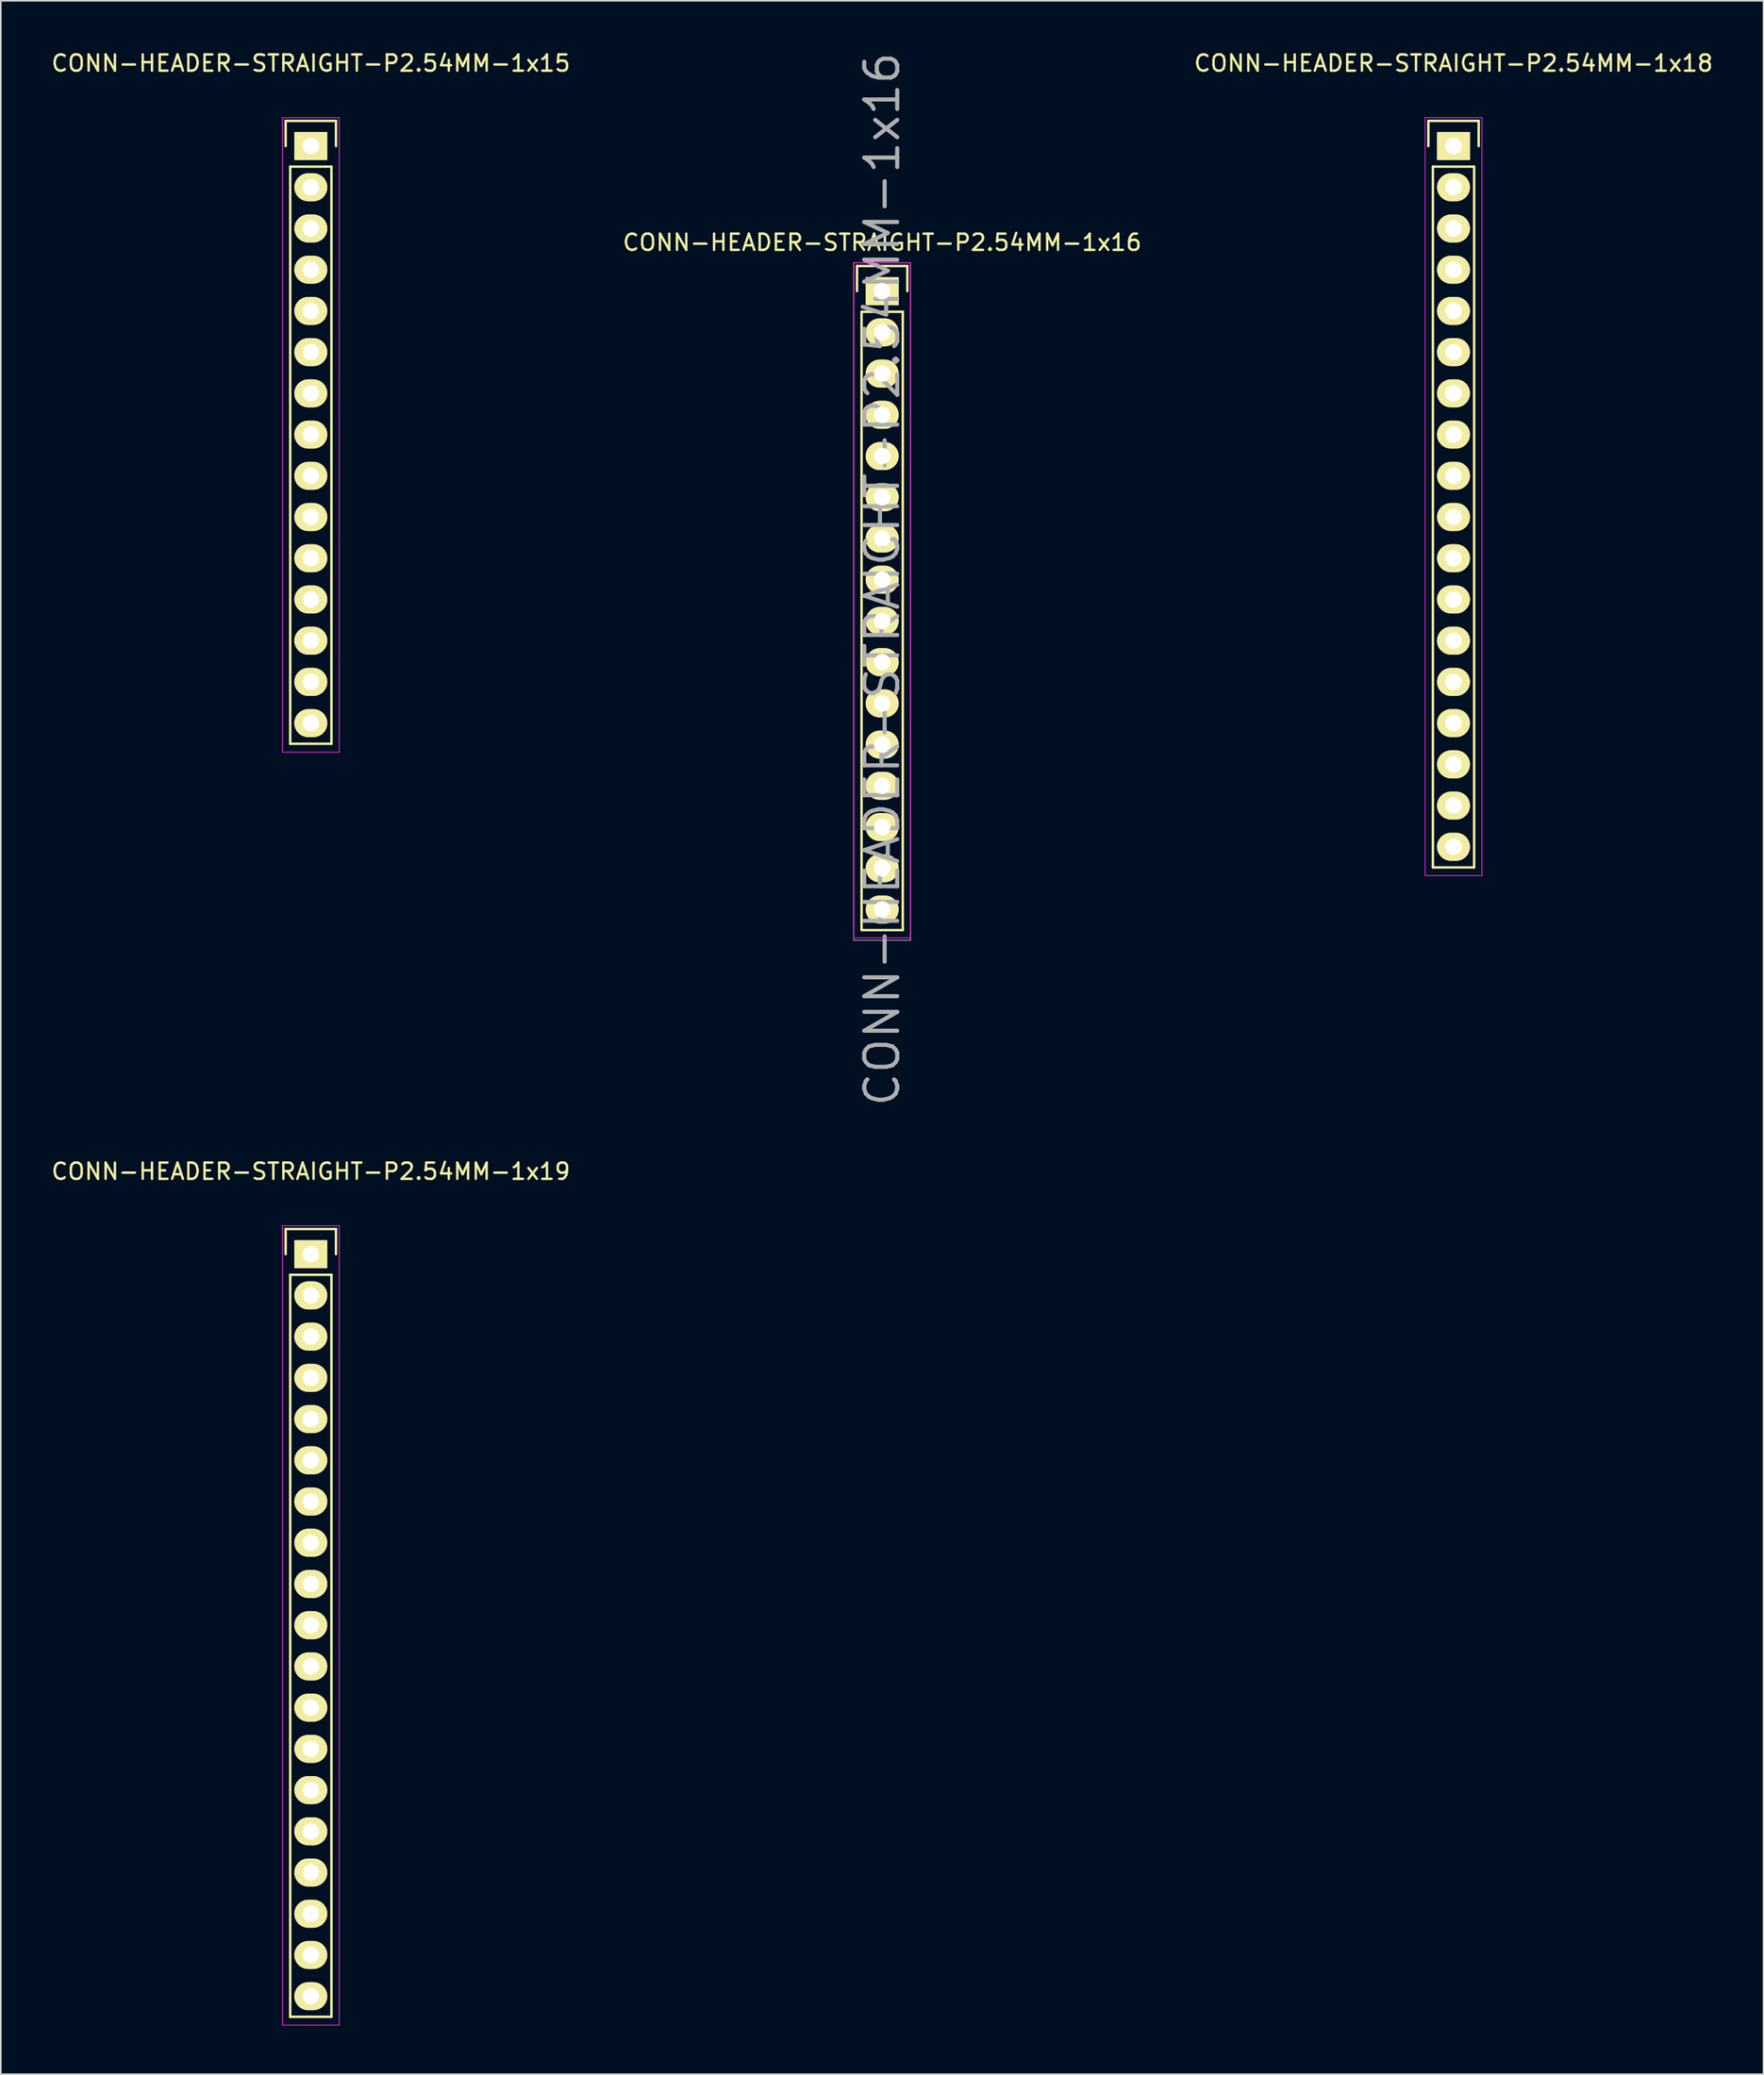
<source format=kicad_pcb>
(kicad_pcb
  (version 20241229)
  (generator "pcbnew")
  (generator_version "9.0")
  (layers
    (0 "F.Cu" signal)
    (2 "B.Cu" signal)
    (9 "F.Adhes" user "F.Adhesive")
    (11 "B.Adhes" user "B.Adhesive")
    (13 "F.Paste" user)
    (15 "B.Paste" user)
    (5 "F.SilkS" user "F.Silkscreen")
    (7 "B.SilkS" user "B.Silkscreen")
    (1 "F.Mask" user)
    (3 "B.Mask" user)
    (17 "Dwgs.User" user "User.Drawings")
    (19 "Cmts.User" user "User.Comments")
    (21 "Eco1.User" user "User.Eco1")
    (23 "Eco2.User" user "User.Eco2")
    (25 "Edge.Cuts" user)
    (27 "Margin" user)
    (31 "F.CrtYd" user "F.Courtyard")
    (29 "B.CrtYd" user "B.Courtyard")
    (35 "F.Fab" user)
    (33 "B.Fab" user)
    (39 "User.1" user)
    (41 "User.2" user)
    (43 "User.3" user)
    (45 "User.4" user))
  (footprint "CONN-HEADER-STRAIGHT-P2.54MM-1x19"
    (layer "F.Cu")
    (at 16.101 74.231)
    (property "Reference" "CONN-HEADER-STRAIGHT-P2.54MM-1x19" (at 0 -5.1 0) (layer "F.SilkS") (effects (font (size 1 1) (thickness 0.15))))
    (attr through_hole)
    (fp_line (start -1.55 -1.55) (end 1.55 -1.55) (stroke (width 0.15) (type solid)) (layer "F.SilkS"))
    (fp_line (start -1.55 0) (end -1.55 -1.55) (stroke (width 0.15) (type solid)) (layer "F.SilkS"))
    (fp_line (start -1.27 46.99) (end -1.27 1.27) (stroke (width 0.15) (type solid)) (layer "F.SilkS"))
    (fp_line (start 1.27 1.27) (end -1.27 1.27) (stroke (width 0.15) (type solid)) (layer "F.SilkS"))
    (fp_line (start 1.27 1.27) (end 1.27 46.99) (stroke (width 0.15) (type solid)) (layer "F.SilkS"))
    (fp_line (start 1.27 46.99) (end -1.27 46.99) (stroke (width 0.15) (type solid)) (layer "F.SilkS"))
    (fp_line (start 1.55 -1.55) (end 1.55 0) (stroke (width 0.15) (type solid)) (layer "F.SilkS"))
    (fp_line (start -1.75 -1.75) (end -1.75 47.5) (stroke (width 0.05) (type solid)) (layer "F.CrtYd"))
    (fp_line (start -1.75 -1.75) (end 1.75 -1.75) (stroke (width 0.05) (type solid)) (layer "F.CrtYd"))
    (fp_line (start -1.75 47.5) (end 1.75 47.5) (stroke (width 0.05) (type solid)) (layer "F.CrtYd"))
    (fp_line (start 1.75 -1.75) (end 1.75 47.5) (stroke (width 0.05) (type solid)) (layer "F.CrtYd"))
    (pad "1" thru_hole rect (at 0 0) (size 2.032 1.727) (drill 1.016) (layers "*.Cu" "*.Mask" "F.SilkS"))
    (pad "2" thru_hole oval (at 0 2.54) (size 2.032 1.727) (drill 1.016) (layers "*.Cu" "*.Mask" "F.SilkS"))
    (pad "3" thru_hole oval (at 0 5.08) (size 2.032 1.727) (drill 1.016) (layers "*.Cu" "*.Mask" "F.SilkS"))
    (pad "4" thru_hole oval (at 0 7.62) (size 2.032 1.727) (drill 1.016) (layers "*.Cu" "*.Mask" "F.SilkS"))
    (pad "5" thru_hole oval (at 0 10.16) (size 2.032 1.727) (drill 1.016) (layers "*.Cu" "*.Mask" "F.SilkS"))
    (pad "6" thru_hole oval (at 0 12.7) (size 2.032 1.727) (drill 1.016) (layers "*.Cu" "*.Mask" "F.SilkS"))
    (pad "7" thru_hole oval (at 0 15.24) (size 2.032 1.727) (drill 1.016) (layers "*.Cu" "*.Mask" "F.SilkS"))
    (pad "8" thru_hole oval (at 0 17.78) (size 2.032 1.727) (drill 1.016) (layers "*.Cu" "*.Mask" "F.SilkS"))
    (pad "9" thru_hole oval (at 0 20.32) (size 2.032 1.727) (drill 1.016) (layers "*.Cu" "*.Mask" "F.SilkS"))
    (pad "10" thru_hole oval (at 0 22.86) (size 2.032 1.727) (drill 1.016) (layers "*.Cu" "*.Mask" "F.SilkS"))
    (pad "11" thru_hole oval (at 0 25.4) (size 2.032 1.727) (drill 1.016) (layers "*.Cu" "*.Mask" "F.SilkS"))
    (pad "12" thru_hole oval (at 0 27.94) (size 2.032 1.727) (drill 1.016) (layers "*.Cu" "*.Mask" "F.SilkS"))
    (pad "13" thru_hole oval (at 0 30.48) (size 2.032 1.727) (drill 1.016) (layers "*.Cu" "*.Mask" "F.SilkS"))
    (pad "14" thru_hole oval (at 0 33.02) (size 2.032 1.727) (drill 1.016) (layers "*.Cu" "*.Mask" "F.SilkS"))
    (pad "15" thru_hole oval (at 0 35.56) (size 2.032 1.727) (drill 1.016) (layers "*.Cu" "*.Mask" "F.SilkS"))
    (pad "16" thru_hole oval (at 0 38.1) (size 2.032 1.727) (drill 1.016) (layers "*.Cu" "*.Mask" "F.SilkS"))
    (pad "17" thru_hole oval (at 0 40.64) (size 2.032 1.727) (drill 1.016) (layers "*.Cu" "*.Mask" "F.SilkS"))
    (pad "18" thru_hole oval (at 0 43.18) (size 2.032 1.727) (drill 1.016) (layers "*.Cu" "*.Mask" "F.SilkS"))
    (pad "19" thru_hole oval (at 0 45.72) (size 2.032 1.727) (drill 1.016) (layers "*.Cu" "*.Mask" "F.SilkS")))
  (footprint "CONN-HEADER-STRAIGHT-P2.54MM-1x15"
    (layer "F.Cu")
    (at 16.101 5.948)
    (property "Reference" "CONN-HEADER-STRAIGHT-P2.54MM-1x15" (at 0 -5.1 0) (layer "F.SilkS") (effects (font (size 1 1) (thickness 0.15))))
    (attr through_hole)
    (fp_line (start -1.55 -1.55) (end 1.55 -1.55) (stroke (width 0.15) (type solid)) (layer "F.SilkS"))
    (fp_line (start -1.55 0) (end -1.55 -1.55) (stroke (width 0.15) (type solid)) (layer "F.SilkS"))
    (fp_line (start -1.27 1.27) (end -1.27 36.83) (stroke (width 0.15) (type solid)) (layer "F.SilkS"))
    (fp_line (start -1.27 36.83) (end 1.27 36.83) (stroke (width 0.15) (type solid)) (layer "F.SilkS"))
    (fp_line (start 1.27 1.27) (end -1.27 1.27) (stroke (width 0.15) (type solid)) (layer "F.SilkS"))
    (fp_line (start 1.27 36.83) (end 1.27 1.27) (stroke (width 0.15) (type solid)) (layer "F.SilkS"))
    (fp_line (start 1.55 -1.55) (end 1.55 0) (stroke (width 0.15) (type solid)) (layer "F.SilkS"))
    (fp_line (start -1.75 -1.75) (end -1.75 37.35) (stroke (width 0.05) (type solid)) (layer "F.CrtYd"))
    (fp_line (start -1.75 -1.75) (end 1.75 -1.75) (stroke (width 0.05) (type solid)) (layer "F.CrtYd"))
    (fp_line (start -1.75 37.35) (end 1.75 37.35) (stroke (width 0.05) (type solid)) (layer "F.CrtYd"))
    (fp_line (start 1.75 -1.75) (end 1.75 37.35) (stroke (width 0.05) (type solid)) (layer "F.CrtYd"))
    (pad "1" thru_hole rect (at 0 0) (size 2.032 1.727) (drill 1.016) (layers "*.Cu" "*.Mask" "F.SilkS"))
    (pad "2" thru_hole oval (at 0 2.54) (size 2.032 1.727) (drill 1.016) (layers "*.Cu" "*.Mask" "F.SilkS"))
    (pad "3" thru_hole oval (at 0 5.08) (size 2.032 1.727) (drill 1.016) (layers "*.Cu" "*.Mask" "F.SilkS"))
    (pad "4" thru_hole oval (at 0 7.62) (size 2.032 1.727) (drill 1.016) (layers "*.Cu" "*.Mask" "F.SilkS"))
    (pad "5" thru_hole oval (at 0 10.16) (size 2.032 1.727) (drill 1.016) (layers "*.Cu" "*.Mask" "F.SilkS"))
    (pad "6" thru_hole oval (at 0 12.7) (size 2.032 1.727) (drill 1.016) (layers "*.Cu" "*.Mask" "F.SilkS"))
    (pad "7" thru_hole oval (at 0 15.24) (size 2.032 1.727) (drill 1.016) (layers "*.Cu" "*.Mask" "F.SilkS"))
    (pad "8" thru_hole oval (at 0 17.78) (size 2.032 1.727) (drill 1.016) (layers "*.Cu" "*.Mask" "F.SilkS"))
    (pad "9" thru_hole oval (at 0 20.32) (size 2.032 1.727) (drill 1.016) (layers "*.Cu" "*.Mask" "F.SilkS"))
    (pad "10" thru_hole oval (at 0 22.86) (size 2.032 1.727) (drill 1.016) (layers "*.Cu" "*.Mask" "F.SilkS"))
    (pad "11" thru_hole oval (at 0 25.4) (size 2.032 1.727) (drill 1.016) (layers "*.Cu" "*.Mask" "F.SilkS"))
    (pad "12" thru_hole oval (at 0 27.94) (size 2.032 1.727) (drill 1.016) (layers "*.Cu" "*.Mask" "F.SilkS"))
    (pad "13" thru_hole oval (at 0 30.48) (size 2.032 1.727) (drill 1.016) (layers "*.Cu" "*.Mask" "F.SilkS"))
    (pad "14" thru_hole oval (at 0 33.02) (size 2.032 1.727) (drill 1.016) (layers "*.Cu" "*.Mask" "F.SilkS"))
    (pad "15" thru_hole oval (at 0 35.56) (size 2.032 1.727) (drill 1.016) (layers "*.Cu" "*.Mask" "F.SilkS")))
  (footprint "CONN-HEADER-STRAIGHT-P2.54MM-1x18"
    (layer "F.Cu")
    (at 86.506 5.948)
    (property "Reference" "CONN-HEADER-STRAIGHT-P2.54MM-1x18" (at 0 -5.1 0) (layer "F.SilkS") (effects (font (size 1 1) (thickness 0.15))))
    (attr through_hole)
    (fp_line (start -1.55 -1.55) (end 1.55 -1.55) (stroke (width 0.15) (type solid)) (layer "F.SilkS"))
    (fp_line (start -1.55 0) (end -1.55 -1.55) (stroke (width 0.15) (type solid)) (layer "F.SilkS"))
    (fp_line (start -1.27 44.45) (end -1.27 1.27) (stroke (width 0.15) (type solid)) (layer "F.SilkS"))
    (fp_line (start 1.27 1.27) (end -1.27 1.27) (stroke (width 0.15) (type solid)) (layer "F.SilkS"))
    (fp_line (start 1.27 1.27) (end 1.27 44.45) (stroke (width 0.15) (type solid)) (layer "F.SilkS"))
    (fp_line (start 1.27 44.45) (end -1.27 44.45) (stroke (width 0.15) (type solid)) (layer "F.SilkS"))
    (fp_line (start 1.55 -1.55) (end 1.55 0) (stroke (width 0.15) (type solid)) (layer "F.SilkS"))
    (fp_line (start -1.75 -1.75) (end -1.75 44.95) (stroke (width 0.05) (type solid)) (layer "F.CrtYd"))
    (fp_line (start -1.75 -1.75) (end 1.75 -1.75) (stroke (width 0.05) (type solid)) (layer "F.CrtYd"))
    (fp_line (start -1.75 44.95) (end 1.75 44.95) (stroke (width 0.05) (type solid)) (layer "F.CrtYd"))
    (fp_line (start 1.75 -1.75) (end 1.75 44.95) (stroke (width 0.05) (type solid)) (layer "F.CrtYd"))
    (pad "1" thru_hole rect (at 0 0) (size 2.032 1.727) (drill 1.016) (layers "*.Cu" "*.Mask" "F.SilkS"))
    (pad "2" thru_hole oval (at 0 2.54) (size 2.032 1.727) (drill 1.016) (layers "*.Cu" "*.Mask" "F.SilkS"))
    (pad "3" thru_hole oval (at 0 5.08) (size 2.032 1.727) (drill 1.016) (layers "*.Cu" "*.Mask" "F.SilkS"))
    (pad "4" thru_hole oval (at 0 7.62) (size 2.032 1.727) (drill 1.016) (layers "*.Cu" "*.Mask" "F.SilkS"))
    (pad "5" thru_hole oval (at 0 10.16) (size 2.032 1.727) (drill 1.016) (layers "*.Cu" "*.Mask" "F.SilkS"))
    (pad "6" thru_hole oval (at 0 12.7) (size 2.032 1.727) (drill 1.016) (layers "*.Cu" "*.Mask" "F.SilkS"))
    (pad "7" thru_hole oval (at 0 15.24) (size 2.032 1.727) (drill 1.016) (layers "*.Cu" "*.Mask" "F.SilkS"))
    (pad "8" thru_hole oval (at 0 17.78) (size 2.032 1.727) (drill 1.016) (layers "*.Cu" "*.Mask" "F.SilkS"))
    (pad "9" thru_hole oval (at 0 20.32) (size 2.032 1.727) (drill 1.016) (layers "*.Cu" "*.Mask" "F.SilkS"))
    (pad "10" thru_hole oval (at 0 22.86) (size 2.032 1.727) (drill 1.016) (layers "*.Cu" "*.Mask" "F.SilkS"))
    (pad "11" thru_hole oval (at 0 25.4) (size 2.032 1.727) (drill 1.016) (layers "*.Cu" "*.Mask" "F.SilkS"))
    (pad "12" thru_hole oval (at 0 27.94) (size 2.032 1.727) (drill 1.016) (layers "*.Cu" "*.Mask" "F.SilkS"))
    (pad "13" thru_hole oval (at 0 30.48) (size 2.032 1.727) (drill 1.016) (layers "*.Cu" "*.Mask" "F.SilkS"))
    (pad "14" thru_hole oval (at 0 33.02) (size 2.032 1.727) (drill 1.016) (layers "*.Cu" "*.Mask" "F.SilkS"))
    (pad "15" thru_hole oval (at 0 35.56) (size 2.032 1.727) (drill 1.016) (layers "*.Cu" "*.Mask" "F.SilkS"))
    (pad "16" thru_hole oval (at 0 38.1) (size 2.032 1.727) (drill 1.016) (layers "*.Cu" "*.Mask" "F.SilkS"))
    (pad "17" thru_hole oval (at 0 40.64) (size 2.032 1.727) (drill 1.016) (layers "*.Cu" "*.Mask" "F.SilkS"))
    (pad "18" thru_hole oval (at 0 43.18) (size 2.032 1.727) (drill 1.016) (layers "*.Cu" "*.Mask" "F.SilkS")))
  (footprint "CONN-HEADER-STRAIGHT-P2.54MM-1x16"
    (layer "F.Cu")
    (at 51.304 14.891)
    (property "Reference" "CONN-HEADER-STRAIGHT-P2.54MM-1x16" (at 0 17.75 90) (layer "F.Fab") (effects (font (size 2.032 2.032) (thickness 0.254))))
    (attr through_hole)
    (fp_line (start -1.55 -1.55) (end 1.55 -1.55) (stroke (width 0.15) (type solid)) (layer "F.SilkS"))
    (fp_line (start -1.55 0) (end -1.55 -1.55) (stroke (width 0.15) (type solid)) (layer "F.SilkS"))
    (fp_line (start -1.27 1.27) (end -1.27 39.37) (stroke (width 0.15) (type solid)) (layer "F.SilkS"))
    (fp_line (start -1.27 39.37) (end 1.27 39.37) (stroke (width 0.15) (type solid)) (layer "F.SilkS"))
    (fp_line (start 1.27 1.27) (end -1.27 1.27) (stroke (width 0.15) (type solid)) (layer "F.SilkS"))
    (fp_line (start 1.27 39.37) (end 1.27 1.27) (stroke (width 0.15) (type solid)) (layer "F.SilkS"))
    (fp_line (start 1.55 -1.55) (end 1.55 0) (stroke (width 0.15) (type solid)) (layer "F.SilkS"))
    (fp_line (start -1.75 -1.75) (end -1.75 39.85) (stroke (width 0.05) (type solid)) (layer "F.CrtYd"))
    (fp_line (start -1.75 -1.75) (end 1.75 -1.75) (stroke (width 0.05) (type solid)) (layer "F.CrtYd"))
    (fp_line (start -1.75 39.85) (end 1.75 39.85) (stroke (width 0.05) (type solid)) (layer "F.CrtYd"))
    (fp_line (start 1.75 -1.75) (end 1.75 39.85) (stroke (width 0.05) (type solid)) (layer "F.CrtYd"))
    (fp_line (start -1.75 -1.75) (end 1.75 -1.75) (stroke (width 0.051) (type solid)) (layer "F.Fab"))
    (fp_line (start -1.75 40) (end -1.75 -1.75) (stroke (width 0.051) (type solid)) (layer "F.Fab"))
    (fp_line (start 1.75 -1.75) (end 1.75 40) (stroke (width 0.051) (type solid)) (layer "F.Fab"))
    (fp_line (start 1.75 40) (end -1.75 40) (stroke (width 0.051) (type solid)) (layer "F.Fab"))
    (fp_text user "${REFERENCE}" (at 0 -3 0) (layer "F.SilkS") (effects (font (size 1 1) (thickness 0.15))))
    (pad "1" thru_hole rect (at 0 0) (size 2.032 1.727) (drill 1.016) (layers "*.Cu" "*.Mask" "F.SilkS"))
    (pad "2" thru_hole oval (at 0 2.54) (size 2.032 1.727) (drill 1.016) (layers "*.Cu" "*.Mask" "F.SilkS"))
    (pad "3" thru_hole oval (at 0 5.08) (size 2.032 1.727) (drill 1.016) (layers "*.Cu" "*.Mask" "F.SilkS"))
    (pad "4" thru_hole oval (at 0 7.62) (size 2.032 1.727) (drill 1.016) (layers "*.Cu" "*.Mask" "F.SilkS"))
    (pad "5" thru_hole oval (at 0 10.16) (size 2.032 1.727) (drill 1.016) (layers "*.Cu" "*.Mask" "F.SilkS"))
    (pad "6" thru_hole oval (at 0 12.7) (size 2.032 1.727) (drill 1.016) (layers "*.Cu" "*.Mask" "F.SilkS"))
    (pad "7" thru_hole oval (at 0 15.24) (size 2.032 1.727) (drill 1.016) (layers "*.Cu" "*.Mask" "F.SilkS"))
    (pad "8" thru_hole oval (at 0 17.78) (size 2.032 1.727) (drill 1.016) (layers "*.Cu" "*.Mask" "F.SilkS"))
    (pad "9" thru_hole oval (at 0 20.32) (size 2.032 1.727) (drill 1.016) (layers "*.Cu" "*.Mask" "F.SilkS"))
    (pad "10" thru_hole oval (at 0 22.86) (size 2.032 1.727) (drill 1.016) (layers "*.Cu" "*.Mask" "F.SilkS"))
    (pad "11" thru_hole oval (at 0 25.4) (size 2.032 1.727) (drill 1.016) (layers "*.Cu" "*.Mask" "F.SilkS"))
    (pad "12" thru_hole oval (at 0 27.94) (size 2.032 1.727) (drill 1.016) (layers "*.Cu" "*.Mask" "F.SilkS"))
    (pad "13" thru_hole oval (at 0 30.48) (size 2.032 1.727) (drill 1.016) (layers "*.Cu" "*.Mask" "F.SilkS"))
    (pad "14" thru_hole oval (at 0 33.02) (size 2.032 1.727) (drill 1.016) (layers "*.Cu" "*.Mask" "F.SilkS"))
    (pad "15" thru_hole oval (at 0 35.56) (size 2.032 1.727) (drill 1.016) (layers "*.Cu" "*.Mask" "F.SilkS"))
    (pad "16" thru_hole oval (at 0 38.1) (size 2.032 1.727) (drill 1.016) (layers "*.Cu" "*.Mask" "F.SilkS")))
  (gr_rect
    (start -3 -3)
    (end 105.607 124.756)
    (stroke (width 0.1) (type default))
    (fill no)
    (layer "Edge.Cuts")))
</source>
